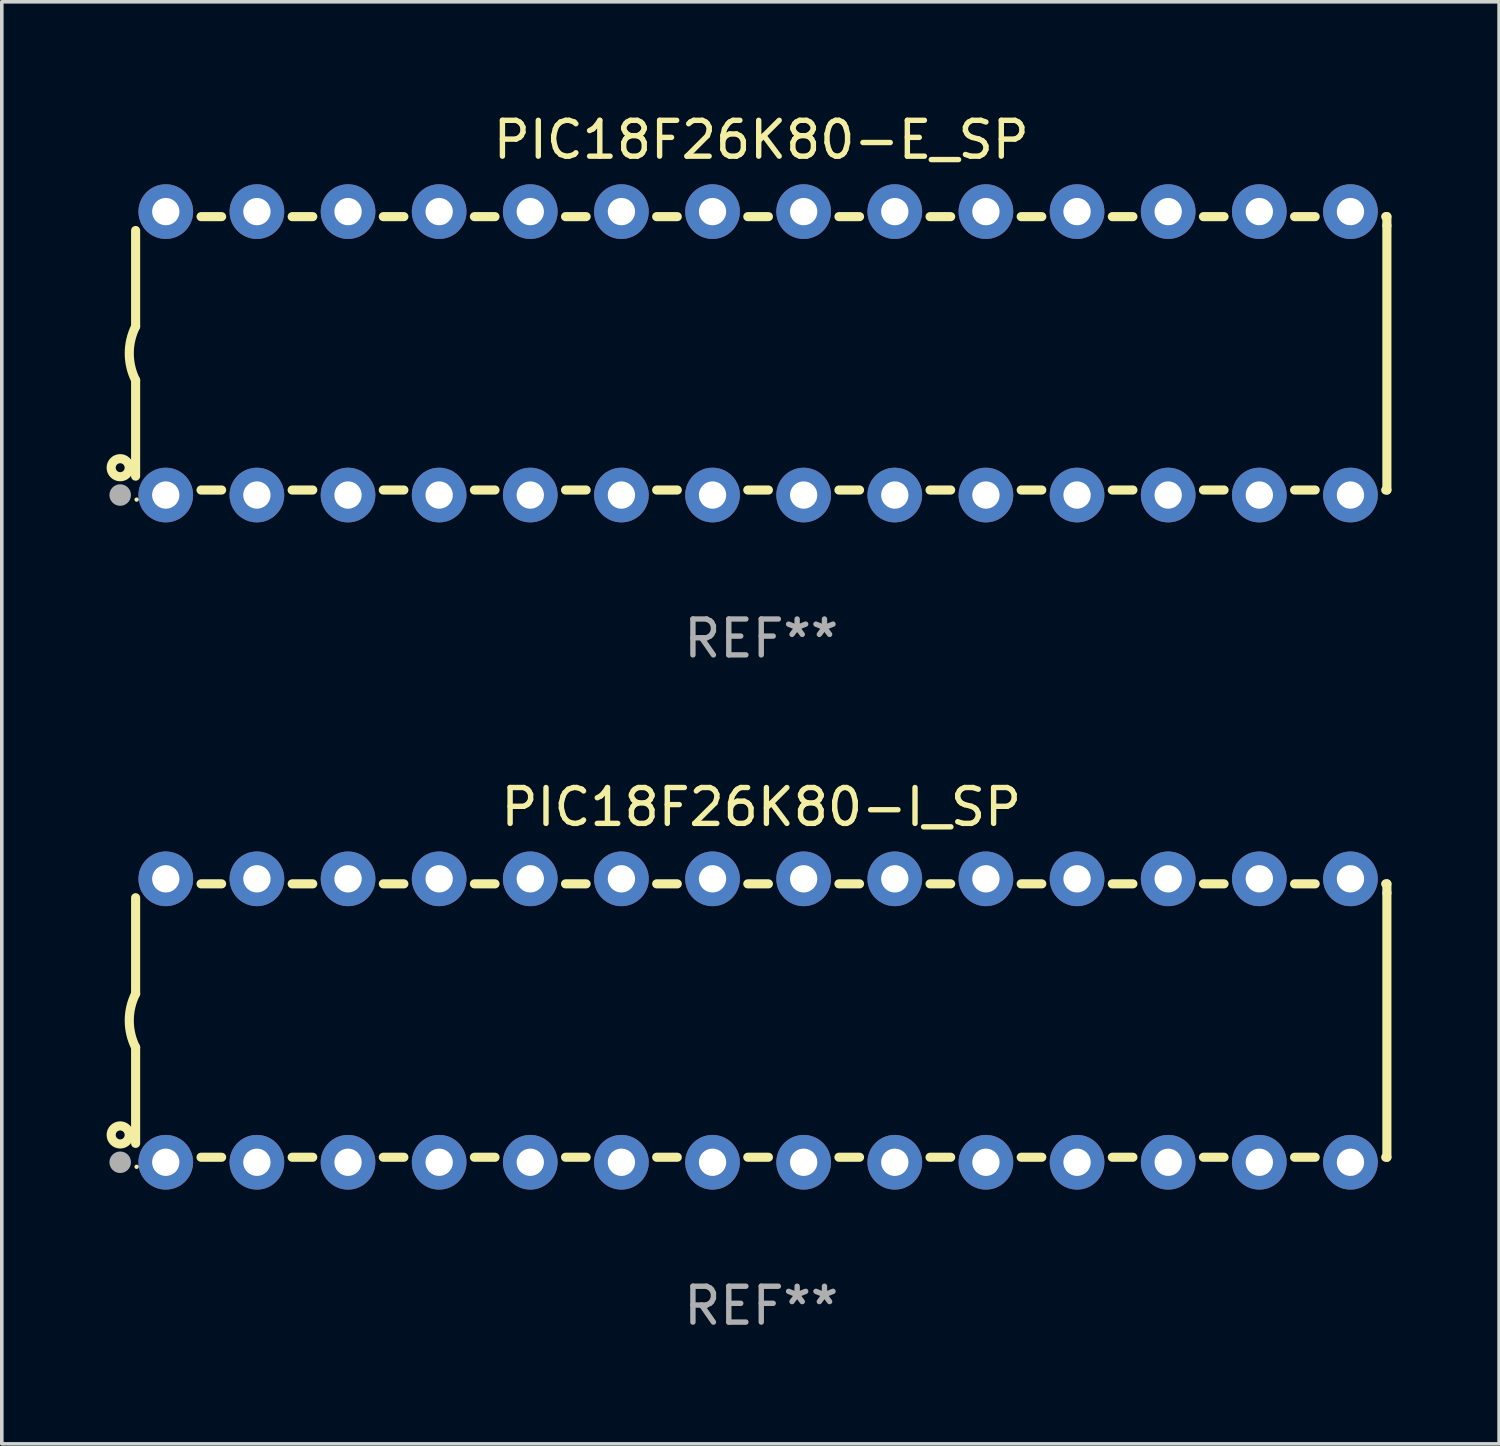
<source format=kicad_pcb>
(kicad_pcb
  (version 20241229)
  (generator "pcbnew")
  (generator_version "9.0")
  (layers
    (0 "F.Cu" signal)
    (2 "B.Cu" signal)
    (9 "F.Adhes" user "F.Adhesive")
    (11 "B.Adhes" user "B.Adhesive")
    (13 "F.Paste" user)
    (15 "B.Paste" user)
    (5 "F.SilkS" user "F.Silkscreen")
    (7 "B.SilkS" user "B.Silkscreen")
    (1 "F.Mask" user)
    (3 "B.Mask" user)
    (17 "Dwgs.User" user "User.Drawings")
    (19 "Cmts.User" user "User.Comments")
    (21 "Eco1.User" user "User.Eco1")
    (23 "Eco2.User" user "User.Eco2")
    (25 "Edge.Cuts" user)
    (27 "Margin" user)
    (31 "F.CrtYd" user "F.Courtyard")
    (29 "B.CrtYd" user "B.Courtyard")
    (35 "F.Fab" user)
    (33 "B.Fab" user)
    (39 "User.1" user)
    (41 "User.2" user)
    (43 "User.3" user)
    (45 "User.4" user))
  (footprint "PIC18F26K80-I_SP"
    (layer "F.Cu")
    (at 18.168 25.395)
    (property "Reference" "PIC18F26K80-I_SP" (at 0 -5.95 0) (layer "F.SilkS") (effects (font (size 1 1) (thickness 0.15))))
    (attr through_hole)
    (fp_line (start -17.438 0.75) (end -17.438 3.423) (stroke (width 0.254) (type solid)) (layer "F.SilkS"))
    (fp_line (start -17.438 -3.423) (end -17.438 -0.75) (stroke (width 0.254) (type solid)) (layer "F.SilkS"))
    (fp_line (start -15.615 3.81) (end -15.041 3.81) (stroke (width 0.254) (type solid)) (layer "F.SilkS"))
    (fp_line (start -15.041 -3.81) (end -15.614 -3.81) (stroke (width 0.254) (type solid)) (layer "F.SilkS"))
    (fp_line (start -13.075 3.81) (end -12.501 3.81) (stroke (width 0.254) (type solid)) (layer "F.SilkS"))
    (fp_line (start -12.501 -3.81) (end -13.074 -3.81) (stroke (width 0.254) (type solid)) (layer "F.SilkS"))
    (fp_line (start -10.535 3.81) (end -9.961 3.81) (stroke (width 0.254) (type solid)) (layer "F.SilkS"))
    (fp_line (start -9.961 -3.81) (end -10.534 -3.81) (stroke (width 0.254) (type solid)) (layer "F.SilkS"))
    (fp_line (start -7.995 3.81) (end -7.421 3.81) (stroke (width 0.254) (type solid)) (layer "F.SilkS"))
    (fp_line (start -7.421 -3.81) (end -7.995 -3.81) (stroke (width 0.254) (type solid)) (layer "F.SilkS"))
    (fp_line (start -5.455 3.81) (end -4.881 3.81) (stroke (width 0.254) (type solid)) (layer "F.SilkS"))
    (fp_line (start -4.881 -3.81) (end -5.455 -3.81) (stroke (width 0.254) (type solid)) (layer "F.SilkS"))
    (fp_line (start -2.915 3.81) (end -2.341 3.81) (stroke (width 0.254) (type solid)) (layer "F.SilkS"))
    (fp_line (start -2.341 -3.81) (end -2.915 -3.81) (stroke (width 0.254) (type solid)) (layer "F.SilkS"))
    (fp_line (start -0.375 3.81) (end 0.199 3.81) (stroke (width 0.254) (type solid)) (layer "F.SilkS"))
    (fp_line (start 0.199 -3.81) (end -0.375 -3.81) (stroke (width 0.254) (type solid)) (layer "F.SilkS"))
    (fp_line (start 2.165 3.81) (end 2.739 3.81) (stroke (width 0.254) (type solid)) (layer "F.SilkS"))
    (fp_line (start 2.739 -3.81) (end 2.165 -3.81) (stroke (width 0.254) (type solid)) (layer "F.SilkS"))
    (fp_line (start 4.705 3.81) (end 5.279 3.81) (stroke (width 0.254) (type solid)) (layer "F.SilkS"))
    (fp_line (start 5.279 -3.81) (end 4.705 -3.81) (stroke (width 0.254) (type solid)) (layer "F.SilkS"))
    (fp_line (start 7.245 3.81) (end 7.819 3.81) (stroke (width 0.254) (type solid)) (layer "F.SilkS"))
    (fp_line (start 7.819 -3.81) (end 7.245 -3.81) (stroke (width 0.254) (type solid)) (layer "F.SilkS"))
    (fp_line (start 9.785 3.81) (end 10.359 3.81) (stroke (width 0.254) (type solid)) (layer "F.SilkS"))
    (fp_line (start 10.359 -3.81) (end 9.785 -3.81) (stroke (width 0.254) (type solid)) (layer "F.SilkS"))
    (fp_line (start 12.325 3.81) (end 12.899 3.81) (stroke (width 0.254) (type solid)) (layer "F.SilkS"))
    (fp_line (start 12.899 -3.81) (end 12.325 -3.81) (stroke (width 0.254) (type solid)) (layer "F.SilkS"))
    (fp_line (start 14.865 3.81) (end 15.439 3.81) (stroke (width 0.254) (type solid)) (layer "F.SilkS"))
    (fp_line (start 15.439 -3.81) (end 14.865 -3.81) (stroke (width 0.254) (type solid)) (layer "F.SilkS"))
    (fp_line (start 17.405 3.81) (end 17.438 3.81) (stroke (width 0.254) (type solid)) (layer "F.SilkS"))
    (fp_line (start 17.438 -3.81) (end 17.405 -3.81) (stroke (width 0.254) (type solid)) (layer "F.SilkS"))
    (fp_line (start 17.438 -3.556) (end 17.438 -3.81) (stroke (width 0.254) (type solid)) (layer "F.SilkS"))
    (fp_line (start 17.438 3.81) (end 17.438 -3.556) (stroke (width 0.254) (type solid)) (layer "F.SilkS"))
    (fp_arc (start -17.437986 0.749657) (mid -17.614887 -0.000024) (end -17.437783 -0.749657) (stroke (width 0.254001) (type solid)) (layer "F.SilkS"))
    (fp_circle (center -17.868 3.188) (end -17.743 3.188) (stroke (width 0.254) (type solid)) (fill no) (layer "F.SilkS"))
    (fp_circle (center -17.411 4.077) (end -17.381 4.077) (stroke (width 0.06) (type solid)) (fill no) (layer "F.SilkS"))
    (fp_circle (center -17.868 3.95) (end -17.718 3.95) (stroke (width 0.3) (type solid)) (fill no) (layer "F.Fab"))
    (fp_text user "REF**" (at 0 7.95 0) (layer "F.Fab") (effects (font (size 1 1) (thickness 0.15))))
    (pad "1" thru_hole circle (at -16.598 3.95) (size 1.524 1.524) (drill 0.762) (layers "*.Cu" "*.Mask"))
    (pad "2" thru_hole circle (at -14.058 3.95) (size 1.524 1.524) (drill 0.762) (layers "*.Cu" "*.Mask"))
    (pad "3" thru_hole circle (at -11.518 3.95) (size 1.524 1.524) (drill 0.762) (layers "*.Cu" "*.Mask"))
    (pad "4" thru_hole circle (at -8.978 3.95) (size 1.524 1.524) (drill 0.762) (layers "*.Cu" "*.Mask"))
    (pad "5" thru_hole circle (at -6.438 3.95) (size 1.524 1.524) (drill 0.762) (layers "*.Cu" "*.Mask"))
    (pad "6" thru_hole circle (at -3.898 3.95) (size 1.524 1.524) (drill 0.762) (layers "*.Cu" "*.Mask"))
    (pad "7" thru_hole circle (at -1.358 3.95) (size 1.524 1.524) (drill 0.762) (layers "*.Cu" "*.Mask"))
    (pad "8" thru_hole circle (at 1.182 3.95) (size 1.524 1.524) (drill 0.762) (layers "*.Cu" "*.Mask"))
    (pad "9" thru_hole circle (at 3.722 3.95) (size 1.524 1.524) (drill 0.762) (layers "*.Cu" "*.Mask"))
    (pad "10" thru_hole circle (at 6.262 3.95) (size 1.524 1.524) (drill 0.762) (layers "*.Cu" "*.Mask"))
    (pad "11" thru_hole circle (at 8.802 3.95) (size 1.524 1.524) (drill 0.762) (layers "*.Cu" "*.Mask"))
    (pad "12" thru_hole circle (at 11.342 3.95) (size 1.524 1.524) (drill 0.762) (layers "*.Cu" "*.Mask"))
    (pad "13" thru_hole circle (at 13.882 3.95) (size 1.524 1.524) (drill 0.762) (layers "*.Cu" "*.Mask"))
    (pad "14" thru_hole circle (at 16.422 3.95) (size 1.524 1.524) (drill 0.762) (layers "*.Cu" "*.Mask"))
    (pad "15" thru_hole circle (at 16.422 -3.95) (size 1.524 1.524) (drill 0.762) (layers "*.Cu" "*.Mask"))
    (pad "16" thru_hole circle (at 13.882 -3.95) (size 1.524 1.524) (drill 0.762) (layers "*.Cu" "*.Mask"))
    (pad "17" thru_hole circle (at 11.342 -3.95) (size 1.524 1.524) (drill 0.762) (layers "*.Cu" "*.Mask"))
    (pad "18" thru_hole circle (at 8.802 -3.95) (size 1.524 1.524) (drill 0.762) (layers "*.Cu" "*.Mask"))
    (pad "19" thru_hole circle (at 6.262 -3.95) (size 1.524 1.524) (drill 0.762) (layers "*.Cu" "*.Mask"))
    (pad "20" thru_hole circle (at 3.722 -3.95) (size 1.524 1.524) (drill 0.762) (layers "*.Cu" "*.Mask"))
    (pad "21" thru_hole circle (at 1.182 -3.95) (size 1.524 1.524) (drill 0.762) (layers "*.Cu" "*.Mask"))
    (pad "22" thru_hole circle (at -1.358 -3.95) (size 1.524 1.524) (drill 0.762) (layers "*.Cu" "*.Mask"))
    (pad "23" thru_hole circle (at -3.898 -3.95) (size 1.524 1.524) (drill 0.762) (layers "*.Cu" "*.Mask"))
    (pad "24" thru_hole circle (at -6.438 -3.95) (size 1.524 1.524) (drill 0.762) (layers "*.Cu" "*.Mask"))
    (pad "25" thru_hole circle (at -8.978 -3.95) (size 1.524 1.524) (drill 0.762) (layers "*.Cu" "*.Mask"))
    (pad "26" thru_hole circle (at -11.517 -3.95) (size 1.524 1.524) (drill 0.762) (layers "*.Cu" "*.Mask"))
    (pad "27" thru_hole circle (at -14.057 -3.95) (size 1.524 1.524) (drill 0.762) (layers "*.Cu" "*.Mask"))
    (pad "28" thru_hole circle (at -16.597 -3.95) (size 1.524 1.524) (drill 0.762) (layers "*.Cu" "*.Mask")))
  (footprint "PIC18F26K80-E_SP"
    (layer "F.Cu")
    (at 18.168 6.798)
    (property "Reference" "PIC18F26K80-E_SP" (at 0 -5.95 0) (layer "F.SilkS") (effects (font (size 1 1) (thickness 0.15))))
    (attr through_hole)
    (fp_line (start -17.438 0.75) (end -17.438 3.423) (stroke (width 0.254) (type solid)) (layer "F.SilkS"))
    (fp_line (start -17.438 -3.423) (end -17.438 -0.75) (stroke (width 0.254) (type solid)) (layer "F.SilkS"))
    (fp_line (start -15.615 3.81) (end -15.041 3.81) (stroke (width 0.254) (type solid)) (layer "F.SilkS"))
    (fp_line (start -15.041 -3.81) (end -15.614 -3.81) (stroke (width 0.254) (type solid)) (layer "F.SilkS"))
    (fp_line (start -13.075 3.81) (end -12.501 3.81) (stroke (width 0.254) (type solid)) (layer "F.SilkS"))
    (fp_line (start -12.501 -3.81) (end -13.074 -3.81) (stroke (width 0.254) (type solid)) (layer "F.SilkS"))
    (fp_line (start -10.535 3.81) (end -9.961 3.81) (stroke (width 0.254) (type solid)) (layer "F.SilkS"))
    (fp_line (start -9.961 -3.81) (end -10.534 -3.81) (stroke (width 0.254) (type solid)) (layer "F.SilkS"))
    (fp_line (start -7.995 3.81) (end -7.421 3.81) (stroke (width 0.254) (type solid)) (layer "F.SilkS"))
    (fp_line (start -7.421 -3.81) (end -7.995 -3.81) (stroke (width 0.254) (type solid)) (layer "F.SilkS"))
    (fp_line (start -5.455 3.81) (end -4.881 3.81) (stroke (width 0.254) (type solid)) (layer "F.SilkS"))
    (fp_line (start -4.881 -3.81) (end -5.455 -3.81) (stroke (width 0.254) (type solid)) (layer "F.SilkS"))
    (fp_line (start -2.915 3.81) (end -2.341 3.81) (stroke (width 0.254) (type solid)) (layer "F.SilkS"))
    (fp_line (start -2.341 -3.81) (end -2.915 -3.81) (stroke (width 0.254) (type solid)) (layer "F.SilkS"))
    (fp_line (start -0.375 3.81) (end 0.199 3.81) (stroke (width 0.254) (type solid)) (layer "F.SilkS"))
    (fp_line (start 0.199 -3.81) (end -0.375 -3.81) (stroke (width 0.254) (type solid)) (layer "F.SilkS"))
    (fp_line (start 2.165 3.81) (end 2.739 3.81) (stroke (width 0.254) (type solid)) (layer "F.SilkS"))
    (fp_line (start 2.739 -3.81) (end 2.165 -3.81) (stroke (width 0.254) (type solid)) (layer "F.SilkS"))
    (fp_line (start 4.705 3.81) (end 5.279 3.81) (stroke (width 0.254) (type solid)) (layer "F.SilkS"))
    (fp_line (start 5.279 -3.81) (end 4.705 -3.81) (stroke (width 0.254) (type solid)) (layer "F.SilkS"))
    (fp_line (start 7.245 3.81) (end 7.819 3.81) (stroke (width 0.254) (type solid)) (layer "F.SilkS"))
    (fp_line (start 7.819 -3.81) (end 7.245 -3.81) (stroke (width 0.254) (type solid)) (layer "F.SilkS"))
    (fp_line (start 9.785 3.81) (end 10.359 3.81) (stroke (width 0.254) (type solid)) (layer "F.SilkS"))
    (fp_line (start 10.359 -3.81) (end 9.785 -3.81) (stroke (width 0.254) (type solid)) (layer "F.SilkS"))
    (fp_line (start 12.325 3.81) (end 12.899 3.81) (stroke (width 0.254) (type solid)) (layer "F.SilkS"))
    (fp_line (start 12.899 -3.81) (end 12.325 -3.81) (stroke (width 0.254) (type solid)) (layer "F.SilkS"))
    (fp_line (start 14.865 3.81) (end 15.439 3.81) (stroke (width 0.254) (type solid)) (layer "F.SilkS"))
    (fp_line (start 15.439 -3.81) (end 14.865 -3.81) (stroke (width 0.254) (type solid)) (layer "F.SilkS"))
    (fp_line (start 17.405 3.81) (end 17.438 3.81) (stroke (width 0.254) (type solid)) (layer "F.SilkS"))
    (fp_line (start 17.438 -3.81) (end 17.405 -3.81) (stroke (width 0.254) (type solid)) (layer "F.SilkS"))
    (fp_line (start 17.438 -3.556) (end 17.438 -3.81) (stroke (width 0.254) (type solid)) (layer "F.SilkS"))
    (fp_line (start 17.438 3.81) (end 17.438 -3.556) (stroke (width 0.254) (type solid)) (layer "F.SilkS"))
    (fp_arc (start -17.437986 0.749657) (mid -17.614887 -0.000024) (end -17.437783 -0.749657) (stroke (width 0.254001) (type solid)) (layer "F.SilkS"))
    (fp_circle (center -17.868 3.188) (end -17.743 3.188) (stroke (width 0.254) (type solid)) (fill no) (layer "F.SilkS"))
    (fp_circle (center -17.411 4.077) (end -17.381 4.077) (stroke (width 0.06) (type solid)) (fill no) (layer "F.SilkS"))
    (fp_circle (center -17.868 3.95) (end -17.718 3.95) (stroke (width 0.3) (type solid)) (fill no) (layer "F.Fab"))
    (fp_text user "REF**" (at 0 7.95 0) (layer "F.Fab") (effects (font (size 1 1) (thickness 0.15))))
    (pad "1" thru_hole circle (at -16.598 3.95) (size 1.524 1.524) (drill 0.762) (layers "*.Cu" "*.Mask"))
    (pad "2" thru_hole circle (at -14.058 3.95) (size 1.524 1.524) (drill 0.762) (layers "*.Cu" "*.Mask"))
    (pad "3" thru_hole circle (at -11.518 3.95) (size 1.524 1.524) (drill 0.762) (layers "*.Cu" "*.Mask"))
    (pad "4" thru_hole circle (at -8.978 3.95) (size 1.524 1.524) (drill 0.762) (layers "*.Cu" "*.Mask"))
    (pad "5" thru_hole circle (at -6.438 3.95) (size 1.524 1.524) (drill 0.762) (layers "*.Cu" "*.Mask"))
    (pad "6" thru_hole circle (at -3.898 3.95) (size 1.524 1.524) (drill 0.762) (layers "*.Cu" "*.Mask"))
    (pad "7" thru_hole circle (at -1.358 3.95) (size 1.524 1.524) (drill 0.762) (layers "*.Cu" "*.Mask"))
    (pad "8" thru_hole circle (at 1.182 3.95) (size 1.524 1.524) (drill 0.762) (layers "*.Cu" "*.Mask"))
    (pad "9" thru_hole circle (at 3.722 3.95) (size 1.524 1.524) (drill 0.762) (layers "*.Cu" "*.Mask"))
    (pad "10" thru_hole circle (at 6.262 3.95) (size 1.524 1.524) (drill 0.762) (layers "*.Cu" "*.Mask"))
    (pad "11" thru_hole circle (at 8.802 3.95) (size 1.524 1.524) (drill 0.762) (layers "*.Cu" "*.Mask"))
    (pad "12" thru_hole circle (at 11.342 3.95) (size 1.524 1.524) (drill 0.762) (layers "*.Cu" "*.Mask"))
    (pad "13" thru_hole circle (at 13.882 3.95) (size 1.524 1.524) (drill 0.762) (layers "*.Cu" "*.Mask"))
    (pad "14" thru_hole circle (at 16.422 3.95) (size 1.524 1.524) (drill 0.762) (layers "*.Cu" "*.Mask"))
    (pad "15" thru_hole circle (at 16.422 -3.95) (size 1.524 1.524) (drill 0.762) (layers "*.Cu" "*.Mask"))
    (pad "16" thru_hole circle (at 13.882 -3.95) (size 1.524 1.524) (drill 0.762) (layers "*.Cu" "*.Mask"))
    (pad "17" thru_hole circle (at 11.342 -3.95) (size 1.524 1.524) (drill 0.762) (layers "*.Cu" "*.Mask"))
    (pad "18" thru_hole circle (at 8.802 -3.95) (size 1.524 1.524) (drill 0.762) (layers "*.Cu" "*.Mask"))
    (pad "19" thru_hole circle (at 6.262 -3.95) (size 1.524 1.524) (drill 0.762) (layers "*.Cu" "*.Mask"))
    (pad "20" thru_hole circle (at 3.722 -3.95) (size 1.524 1.524) (drill 0.762) (layers "*.Cu" "*.Mask"))
    (pad "21" thru_hole circle (at 1.182 -3.95) (size 1.524 1.524) (drill 0.762) (layers "*.Cu" "*.Mask"))
    (pad "22" thru_hole circle (at -1.358 -3.95) (size 1.524 1.524) (drill 0.762) (layers "*.Cu" "*.Mask"))
    (pad "23" thru_hole circle (at -3.898 -3.95) (size 1.524 1.524) (drill 0.762) (layers "*.Cu" "*.Mask"))
    (pad "24" thru_hole circle (at -6.438 -3.95) (size 1.524 1.524) (drill 0.762) (layers "*.Cu" "*.Mask"))
    (pad "25" thru_hole circle (at -8.978 -3.95) (size 1.524 1.524) (drill 0.762) (layers "*.Cu" "*.Mask"))
    (pad "26" thru_hole circle (at -11.517 -3.95) (size 1.524 1.524) (drill 0.762) (layers "*.Cu" "*.Mask"))
    (pad "27" thru_hole circle (at -14.057 -3.95) (size 1.524 1.524) (drill 0.762) (layers "*.Cu" "*.Mask"))
    (pad "28" thru_hole circle (at -16.597 -3.95) (size 1.524 1.524) (drill 0.762) (layers "*.Cu" "*.Mask")))
  (gr_rect
    (start -3 -3)
    (end 38.733 37.193)
    (stroke (width 0.1) (type default))
    (fill no)
    (layer "Edge.Cuts")))
</source>
